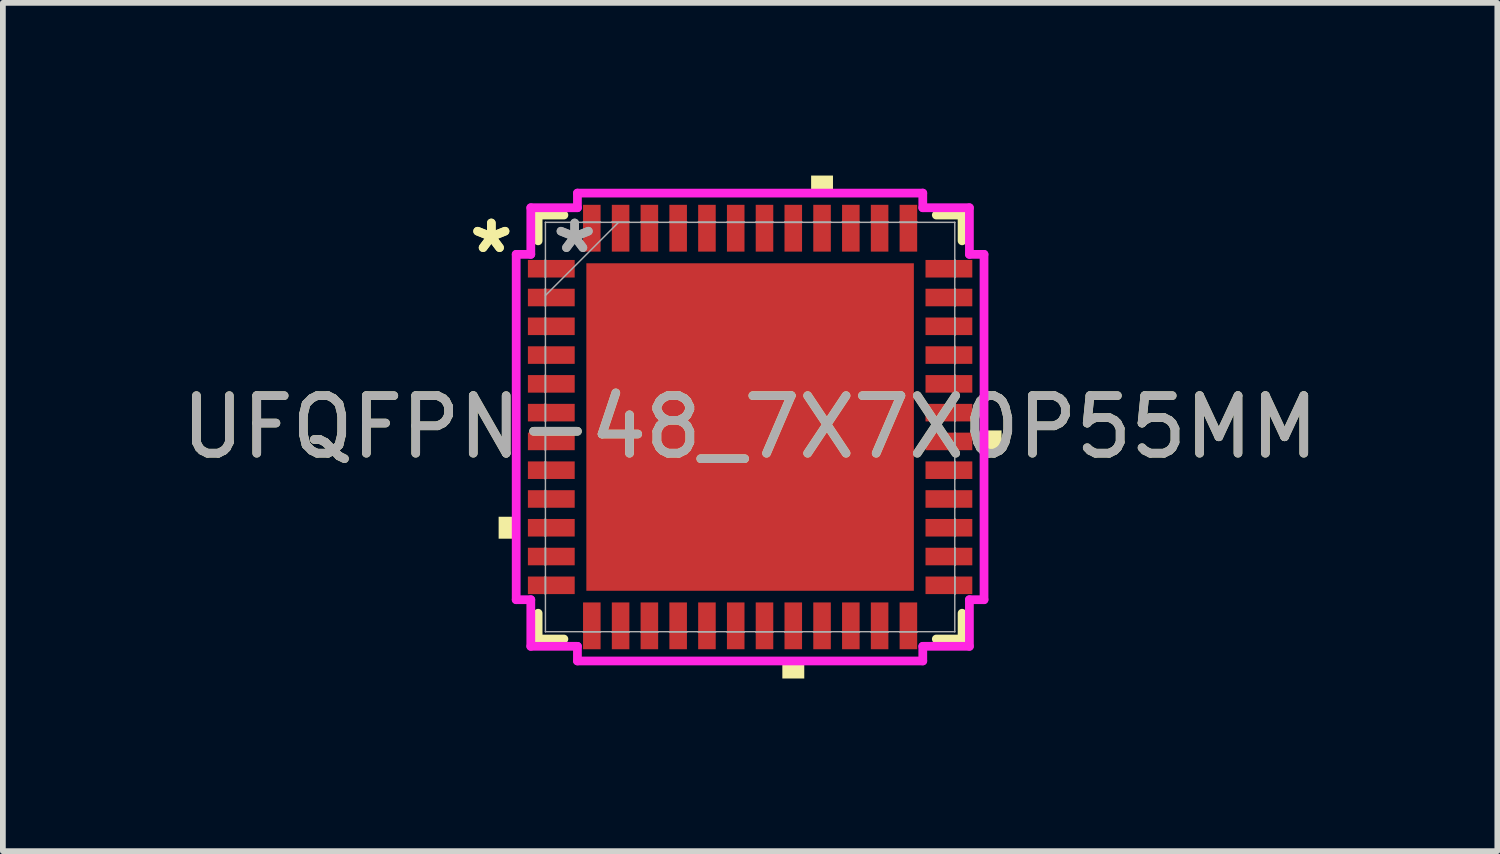
<source format=kicad_pcb>
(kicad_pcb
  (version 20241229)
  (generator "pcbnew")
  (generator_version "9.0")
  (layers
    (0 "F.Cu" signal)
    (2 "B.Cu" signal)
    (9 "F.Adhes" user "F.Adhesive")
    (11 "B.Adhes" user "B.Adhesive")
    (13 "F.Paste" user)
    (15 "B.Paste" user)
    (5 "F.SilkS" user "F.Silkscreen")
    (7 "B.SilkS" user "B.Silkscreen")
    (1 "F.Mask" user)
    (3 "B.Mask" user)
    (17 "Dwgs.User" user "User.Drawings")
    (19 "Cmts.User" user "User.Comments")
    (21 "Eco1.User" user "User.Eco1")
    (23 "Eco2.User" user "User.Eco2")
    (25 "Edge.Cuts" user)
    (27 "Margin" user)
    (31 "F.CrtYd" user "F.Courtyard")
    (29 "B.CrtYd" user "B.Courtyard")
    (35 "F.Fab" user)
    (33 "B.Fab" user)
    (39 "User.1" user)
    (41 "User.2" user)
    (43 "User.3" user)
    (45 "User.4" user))
  (footprint "UFQFPN-48_7X7X0P55MM"
    (layer "F.Cu")
    (at 9.982 4.369)
    (property "Reference" "UFQFPN-48_7X7X0P55MM" (at 0 0 0) (unlocked yes) (layer "F.SilkS") (effects (font (size 1 1) (thickness 0.15))))
    (attr smd)
    (fp_line (start -3.683 -3.683) (end -3.683 -3.235) (stroke (width 0.152) (type solid)) (layer "F.SilkS"))
    (fp_line (start -3.683 3.235) (end -3.683 3.683) (stroke (width 0.152) (type solid)) (layer "F.SilkS"))
    (fp_line (start -3.683 3.683) (end -3.235 3.683) (stroke (width 0.152) (type solid)) (layer "F.SilkS"))
    (fp_line (start -3.235 -3.683) (end -3.683 -3.683) (stroke (width 0.152) (type solid)) (layer "F.SilkS"))
    (fp_line (start 3.235 3.683) (end 3.683 3.683) (stroke (width 0.152) (type solid)) (layer "F.SilkS"))
    (fp_line (start 3.683 -3.683) (end 3.235 -3.683) (stroke (width 0.152) (type solid)) (layer "F.SilkS"))
    (fp_line (start 3.683 -3.235) (end 3.683 -3.683) (stroke (width 0.152) (type solid)) (layer "F.SilkS"))
    (fp_line (start 3.683 3.683) (end 3.683 3.235) (stroke (width 0.152) (type solid)) (layer "F.SilkS"))
    (fp_poly (pts (xy -4.369 1.559) (xy -4.369 1.94) (xy -4.115 1.94) (xy -4.115 1.559)) (stroke (width 0) (type solid)) (fill yes) (layer "F.SilkS"))
    (fp_poly (pts (xy 0.56 4.115) (xy 0.56 4.369) (xy 0.941 4.369) (xy 0.941 4.115)) (stroke (width 0) (type solid)) (fill yes) (layer "F.SilkS"))
    (fp_poly (pts (xy 1.06 -4.115) (xy 1.06 -4.369) (xy 1.44 -4.369) (xy 1.44 -4.115)) (stroke (width 0) (type solid)) (fill yes) (layer "F.SilkS"))
    (fp_poly (pts (xy 4.369 0.059) (xy 4.369 0.441) (xy 4.115 0.441) (xy 4.115 0.059)) (stroke (width 0) (type solid)) (fill yes) (layer "F.SilkS"))
    (fp_poly (pts (xy -2.745 -2.745) (xy -2.745 -1.522) (xy -1.522 -1.522) (xy -1.522 -2.745)) (stroke (width 0) (type solid)) (fill yes) (layer "F.Paste"))
    (fp_poly (pts (xy -2.745 -1.322) (xy -2.745 -0.1) (xy -1.522 -0.1) (xy -1.522 -1.322)) (stroke (width 0) (type solid)) (fill yes) (layer "F.Paste"))
    (fp_poly (pts (xy -2.745 0.1) (xy -2.745 1.322) (xy -1.522 1.322) (xy -1.522 0.1)) (stroke (width 0) (type solid)) (fill yes) (layer "F.Paste"))
    (fp_poly (pts (xy -2.745 1.522) (xy -2.745 2.745) (xy -1.522 2.745) (xy -1.522 1.522)) (stroke (width 0) (type solid)) (fill yes) (layer "F.Paste"))
    (fp_poly (pts (xy -1.322 -2.745) (xy -1.322 -1.522) (xy -0.1 -1.522) (xy -0.1 -2.745)) (stroke (width 0) (type solid)) (fill yes) (layer "F.Paste"))
    (fp_poly (pts (xy -1.322 -1.322) (xy -1.322 -0.1) (xy -0.1 -0.1) (xy -0.1 -1.322)) (stroke (width 0) (type solid)) (fill yes) (layer "F.Paste"))
    (fp_poly (pts (xy -1.322 0.1) (xy -1.322 1.322) (xy -0.1 1.322) (xy -0.1 0.1)) (stroke (width 0) (type solid)) (fill yes) (layer "F.Paste"))
    (fp_poly (pts (xy -1.322 1.522) (xy -1.322 2.745) (xy -0.1 2.745) (xy -0.1 1.522)) (stroke (width 0) (type solid)) (fill yes) (layer "F.Paste"))
    (fp_poly (pts (xy 0.1 -2.745) (xy 0.1 -1.522) (xy 1.322 -1.522) (xy 1.322 -2.745)) (stroke (width 0) (type solid)) (fill yes) (layer "F.Paste"))
    (fp_poly (pts (xy 0.1 -1.322) (xy 0.1 -0.1) (xy 1.322 -0.1) (xy 1.322 -1.322)) (stroke (width 0) (type solid)) (fill yes) (layer "F.Paste"))
    (fp_poly (pts (xy 0.1 0.1) (xy 0.1 1.322) (xy 1.322 1.322) (xy 1.322 0.1)) (stroke (width 0) (type solid)) (fill yes) (layer "F.Paste"))
    (fp_poly (pts (xy 0.1 1.522) (xy 0.1 2.745) (xy 1.322 2.745) (xy 1.322 1.522)) (stroke (width 0) (type solid)) (fill yes) (layer "F.Paste"))
    (fp_poly (pts (xy 1.522 -2.745) (xy 1.522 -1.522) (xy 2.745 -1.522) (xy 2.745 -2.745)) (stroke (width 0) (type solid)) (fill yes) (layer "F.Paste"))
    (fp_poly (pts (xy 1.522 -1.322) (xy 1.522 -0.1) (xy 2.745 -0.1) (xy 2.745 -1.322)) (stroke (width 0) (type solid)) (fill yes) (layer "F.Paste"))
    (fp_poly (pts (xy 1.522 0.1) (xy 1.522 1.322) (xy 2.745 1.322) (xy 2.745 0.1)) (stroke (width 0) (type solid)) (fill yes) (layer "F.Paste"))
    (fp_poly (pts (xy 1.522 1.522) (xy 1.522 2.745) (xy 2.745 2.745) (xy 2.745 1.522)) (stroke (width 0) (type solid)) (fill yes) (layer "F.Paste"))
    (fp_line (start -4.064 -3) (end -3.81 -3) (stroke (width 0.152) (type solid)) (layer "F.CrtYd"))
    (fp_line (start -4.064 3) (end -4.064 -3) (stroke (width 0.152) (type solid)) (layer "F.CrtYd"))
    (fp_line (start -3.81 -3.81) (end -3 -3.81) (stroke (width 0.152) (type solid)) (layer "F.CrtYd"))
    (fp_line (start -3.81 -3) (end -3.81 -3.81) (stroke (width 0.152) (type solid)) (layer "F.CrtYd"))
    (fp_line (start -3.81 3) (end -4.064 3) (stroke (width 0.152) (type solid)) (layer "F.CrtYd"))
    (fp_line (start -3.81 3.81) (end -3.81 3) (stroke (width 0.152) (type solid)) (layer "F.CrtYd"))
    (fp_line (start -3 -4.064) (end 3 -4.064) (stroke (width 0.152) (type solid)) (layer "F.CrtYd"))
    (fp_line (start -3 -3.81) (end -3 -4.064) (stroke (width 0.152) (type solid)) (layer "F.CrtYd"))
    (fp_line (start -3 3.81) (end -3.81 3.81) (stroke (width 0.152) (type solid)) (layer "F.CrtYd"))
    (fp_line (start -3 4.064) (end -3 3.81) (stroke (width 0.152) (type solid)) (layer "F.CrtYd"))
    (fp_line (start 3 -4.064) (end 3 -3.81) (stroke (width 0.152) (type solid)) (layer "F.CrtYd"))
    (fp_line (start 3 -3.81) (end 3.81 -3.81) (stroke (width 0.152) (type solid)) (layer "F.CrtYd"))
    (fp_line (start 3 3.81) (end 3 4.064) (stroke (width 0.152) (type solid)) (layer "F.CrtYd"))
    (fp_line (start 3 4.064) (end -3 4.064) (stroke (width 0.152) (type solid)) (layer "F.CrtYd"))
    (fp_line (start 3.81 -3.81) (end 3.81 -3) (stroke (width 0.152) (type solid)) (layer "F.CrtYd"))
    (fp_line (start 3.81 -3) (end 4.064 -3) (stroke (width 0.152) (type solid)) (layer "F.CrtYd"))
    (fp_line (start 3.81 3) (end 3.81 3.81) (stroke (width 0.152) (type solid)) (layer "F.CrtYd"))
    (fp_line (start 3.81 3.81) (end 3 3.81) (stroke (width 0.152) (type solid)) (layer "F.CrtYd"))
    (fp_line (start 4.064 -3) (end 4.064 3) (stroke (width 0.152) (type solid)) (layer "F.CrtYd"))
    (fp_line (start 4.064 3) (end 3.81 3) (stroke (width 0.152) (type solid)) (layer "F.CrtYd"))
    (fp_line (start -3.556 -3.556) (end -3.556 -3.556) (stroke (width 0.025) (type solid)) (layer "F.Fab"))
    (fp_line (start -3.556 -3.556) (end -3.556 3.556) (stroke (width 0.025) (type solid)) (layer "F.Fab"))
    (fp_line (start -3.556 -2.902) (end -3.556 -2.902) (stroke (width 0.025) (type solid)) (layer "F.Fab"))
    (fp_line (start -3.556 -2.902) (end -3.556 -2.598) (stroke (width 0.025) (type solid)) (layer "F.Fab"))
    (fp_line (start -3.556 -2.598) (end -3.556 -2.902) (stroke (width 0.025) (type solid)) (layer "F.Fab"))
    (fp_line (start -3.556 -2.598) (end -3.556 -2.598) (stroke (width 0.025) (type solid)) (layer "F.Fab"))
    (fp_line (start -3.556 -2.402) (end -3.556 -2.402) (stroke (width 0.025) (type solid)) (layer "F.Fab"))
    (fp_line (start -3.556 -2.402) (end -3.556 -2.098) (stroke (width 0.025) (type solid)) (layer "F.Fab"))
    (fp_line (start -3.556 -2.286) (end -2.286 -3.556) (stroke (width 0.025) (type solid)) (layer "F.Fab"))
    (fp_line (start -3.556 -2.098) (end -3.556 -2.402) (stroke (width 0.025) (type solid)) (layer "F.Fab"))
    (fp_line (start -3.556 -2.098) (end -3.556 -2.098) (stroke (width 0.025) (type solid)) (layer "F.Fab"))
    (fp_line (start -3.556 -1.902) (end -3.556 -1.902) (stroke (width 0.025) (type solid)) (layer "F.Fab"))
    (fp_line (start -3.556 -1.902) (end -3.556 -1.598) (stroke (width 0.025) (type solid)) (layer "F.Fab"))
    (fp_line (start -3.556 -1.598) (end -3.556 -1.902) (stroke (width 0.025) (type solid)) (layer "F.Fab"))
    (fp_line (start -3.556 -1.598) (end -3.556 -1.598) (stroke (width 0.025) (type solid)) (layer "F.Fab"))
    (fp_line (start -3.556 -1.402) (end -3.556 -1.402) (stroke (width 0.025) (type solid)) (layer "F.Fab"))
    (fp_line (start -3.556 -1.402) (end -3.556 -1.098) (stroke (width 0.025) (type solid)) (layer "F.Fab"))
    (fp_line (start -3.556 -1.098) (end -3.556 -1.402) (stroke (width 0.025) (type solid)) (layer "F.Fab"))
    (fp_line (start -3.556 -1.098) (end -3.556 -1.098) (stroke (width 0.025) (type solid)) (layer "F.Fab"))
    (fp_line (start -3.556 -0.902) (end -3.556 -0.902) (stroke (width 0.025) (type solid)) (layer "F.Fab"))
    (fp_line (start -3.556 -0.902) (end -3.556 -0.598) (stroke (width 0.025) (type solid)) (layer "F.Fab"))
    (fp_line (start -3.556 -0.598) (end -3.556 -0.902) (stroke (width 0.025) (type solid)) (layer "F.Fab"))
    (fp_line (start -3.556 -0.598) (end -3.556 -0.598) (stroke (width 0.025) (type solid)) (layer "F.Fab"))
    (fp_line (start -3.556 -0.402) (end -3.556 -0.402) (stroke (width 0.025) (type solid)) (layer "F.Fab"))
    (fp_line (start -3.556 -0.402) (end -3.556 -0.098) (stroke (width 0.025) (type solid)) (layer "F.Fab"))
    (fp_line (start -3.556 -0.098) (end -3.556 -0.402) (stroke (width 0.025) (type solid)) (layer "F.Fab"))
    (fp_line (start -3.556 -0.098) (end -3.556 -0.098) (stroke (width 0.025) (type solid)) (layer "F.Fab"))
    (fp_line (start -3.556 0.098) (end -3.556 0.098) (stroke (width 0.025) (type solid)) (layer "F.Fab"))
    (fp_line (start -3.556 0.098) (end -3.556 0.402) (stroke (width 0.025) (type solid)) (layer "F.Fab"))
    (fp_line (start -3.556 0.402) (end -3.556 0.098) (stroke (width 0.025) (type solid)) (layer "F.Fab"))
    (fp_line (start -3.556 0.402) (end -3.556 0.402) (stroke (width 0.025) (type solid)) (layer "F.Fab"))
    (fp_line (start -3.556 0.598) (end -3.556 0.598) (stroke (width 0.025) (type solid)) (layer "F.Fab"))
    (fp_line (start -3.556 0.598) (end -3.556 0.902) (stroke (width 0.025) (type solid)) (layer "F.Fab"))
    (fp_line (start -3.556 0.902) (end -3.556 0.598) (stroke (width 0.025) (type solid)) (layer "F.Fab"))
    (fp_line (start -3.556 0.902) (end -3.556 0.902) (stroke (width 0.025) (type solid)) (layer "F.Fab"))
    (fp_line (start -3.556 1.098) (end -3.556 1.098) (stroke (width 0.025) (type solid)) (layer "F.Fab"))
    (fp_line (start -3.556 1.098) (end -3.556 1.402) (stroke (width 0.025) (type solid)) (layer "F.Fab"))
    (fp_line (start -3.556 1.402) (end -3.556 1.098) (stroke (width 0.025) (type solid)) (layer "F.Fab"))
    (fp_line (start -3.556 1.402) (end -3.556 1.402) (stroke (width 0.025) (type solid)) (layer "F.Fab"))
    (fp_line (start -3.556 1.598) (end -3.556 1.598) (stroke (width 0.025) (type solid)) (layer "F.Fab"))
    (fp_line (start -3.556 1.598) (end -3.556 1.902) (stroke (width 0.025) (type solid)) (layer "F.Fab"))
    (fp_line (start -3.556 1.902) (end -3.556 1.598) (stroke (width 0.025) (type solid)) (layer "F.Fab"))
    (fp_line (start -3.556 1.902) (end -3.556 1.902) (stroke (width 0.025) (type solid)) (layer "F.Fab"))
    (fp_line (start -3.556 2.098) (end -3.556 2.098) (stroke (width 0.025) (type solid)) (layer "F.Fab"))
    (fp_line (start -3.556 2.098) (end -3.556 2.402) (stroke (width 0.025) (type solid)) (layer "F.Fab"))
    (fp_line (start -3.556 2.402) (end -3.556 2.098) (stroke (width 0.025) (type solid)) (layer "F.Fab"))
    (fp_line (start -3.556 2.402) (end -3.556 2.402) (stroke (width 0.025) (type solid)) (layer "F.Fab"))
    (fp_line (start -3.556 2.598) (end -3.556 2.598) (stroke (width 0.025) (type solid)) (layer "F.Fab"))
    (fp_line (start -3.556 2.598) (end -3.556 2.902) (stroke (width 0.025) (type solid)) (layer "F.Fab"))
    (fp_line (start -3.556 2.902) (end -3.556 2.598) (stroke (width 0.025) (type solid)) (layer "F.Fab"))
    (fp_line (start -3.556 2.902) (end -3.556 2.902) (stroke (width 0.025) (type solid)) (layer "F.Fab"))
    (fp_line (start -3.556 3.556) (end -3.556 3.556) (stroke (width 0.025) (type solid)) (layer "F.Fab"))
    (fp_line (start -3.556 3.556) (end 3.556 3.556) (stroke (width 0.025) (type solid)) (layer "F.Fab"))
    (fp_line (start -2.902 -3.556) (end -2.902 -3.556) (stroke (width 0.025) (type solid)) (layer "F.Fab"))
    (fp_line (start -2.902 -3.556) (end -2.598 -3.556) (stroke (width 0.025) (type solid)) (layer "F.Fab"))
    (fp_line (start -2.902 3.556) (end -2.902 3.556) (stroke (width 0.025) (type solid)) (layer "F.Fab"))
    (fp_line (start -2.902 3.556) (end -2.598 3.556) (stroke (width 0.025) (type solid)) (layer "F.Fab"))
    (fp_line (start -2.598 -3.556) (end -2.902 -3.556) (stroke (width 0.025) (type solid)) (layer "F.Fab"))
    (fp_line (start -2.598 -3.556) (end -2.598 -3.556) (stroke (width 0.025) (type solid)) (layer "F.Fab"))
    (fp_line (start -2.598 3.556) (end -2.902 3.556) (stroke (width 0.025) (type solid)) (layer "F.Fab"))
    (fp_line (start -2.598 3.556) (end -2.598 3.556) (stroke (width 0.025) (type solid)) (layer "F.Fab"))
    (fp_line (start -2.402 -3.556) (end -2.402 -3.556) (stroke (width 0.025) (type solid)) (layer "F.Fab"))
    (fp_line (start -2.402 -3.556) (end -2.098 -3.556) (stroke (width 0.025) (type solid)) (layer "F.Fab"))
    (fp_line (start -2.402 3.556) (end -2.402 3.556) (stroke (width 0.025) (type solid)) (layer "F.Fab"))
    (fp_line (start -2.402 3.556) (end -2.098 3.556) (stroke (width 0.025) (type solid)) (layer "F.Fab"))
    (fp_line (start -2.098 -3.556) (end -2.402 -3.556) (stroke (width 0.025) (type solid)) (layer "F.Fab"))
    (fp_line (start -2.098 -3.556) (end -2.098 -3.556) (stroke (width 0.025) (type solid)) (layer "F.Fab"))
    (fp_line (start -2.098 3.556) (end -2.402 3.556) (stroke (width 0.025) (type solid)) (layer "F.Fab"))
    (fp_line (start -2.098 3.556) (end -2.098 3.556) (stroke (width 0.025) (type solid)) (layer "F.Fab"))
    (fp_line (start -1.902 -3.556) (end -1.902 -3.556) (stroke (width 0.025) (type solid)) (layer "F.Fab"))
    (fp_line (start -1.902 -3.556) (end -1.598 -3.556) (stroke (width 0.025) (type solid)) (layer "F.Fab"))
    (fp_line (start -1.902 3.556) (end -1.902 3.556) (stroke (width 0.025) (type solid)) (layer "F.Fab"))
    (fp_line (start -1.902 3.556) (end -1.598 3.556) (stroke (width 0.025) (type solid)) (layer "F.Fab"))
    (fp_line (start -1.598 -3.556) (end -1.902 -3.556) (stroke (width 0.025) (type solid)) (layer "F.Fab"))
    (fp_line (start -1.598 -3.556) (end -1.598 -3.556) (stroke (width 0.025) (type solid)) (layer "F.Fab"))
    (fp_line (start -1.598 3.556) (end -1.902 3.556) (stroke (width 0.025) (type solid)) (layer "F.Fab"))
    (fp_line (start -1.598 3.556) (end -1.598 3.556) (stroke (width 0.025) (type solid)) (layer "F.Fab"))
    (fp_line (start -1.402 -3.556) (end -1.402 -3.556) (stroke (width 0.025) (type solid)) (layer "F.Fab"))
    (fp_line (start -1.402 -3.556) (end -1.098 -3.556) (stroke (width 0.025) (type solid)) (layer "F.Fab"))
    (fp_line (start -1.402 3.556) (end -1.402 3.556) (stroke (width 0.025) (type solid)) (layer "F.Fab"))
    (fp_line (start -1.402 3.556) (end -1.098 3.556) (stroke (width 0.025) (type solid)) (layer "F.Fab"))
    (fp_line (start -1.098 -3.556) (end -1.402 -3.556) (stroke (width 0.025) (type solid)) (layer "F.Fab"))
    (fp_line (start -1.098 -3.556) (end -1.098 -3.556) (stroke (width 0.025) (type solid)) (layer "F.Fab"))
    (fp_line (start -1.098 3.556) (end -1.402 3.556) (stroke (width 0.025) (type solid)) (layer "F.Fab"))
    (fp_line (start -1.098 3.556) (end -1.098 3.556) (stroke (width 0.025) (type solid)) (layer "F.Fab"))
    (fp_line (start -0.902 -3.556) (end -0.902 -3.556) (stroke (width 0.025) (type solid)) (layer "F.Fab"))
    (fp_line (start -0.902 -3.556) (end -0.598 -3.556) (stroke (width 0.025) (type solid)) (layer "F.Fab"))
    (fp_line (start -0.902 3.556) (end -0.902 3.556) (stroke (width 0.025) (type solid)) (layer "F.Fab"))
    (fp_line (start -0.902 3.556) (end -0.598 3.556) (stroke (width 0.025) (type solid)) (layer "F.Fab"))
    (fp_line (start -0.598 -3.556) (end -0.902 -3.556) (stroke (width 0.025) (type solid)) (layer "F.Fab"))
    (fp_line (start -0.598 -3.556) (end -0.598 -3.556) (stroke (width 0.025) (type solid)) (layer "F.Fab"))
    (fp_line (start -0.598 3.556) (end -0.902 3.556) (stroke (width 0.025) (type solid)) (layer "F.Fab"))
    (fp_line (start -0.598 3.556) (end -0.598 3.556) (stroke (width 0.025) (type solid)) (layer "F.Fab"))
    (fp_line (start -0.402 -3.556) (end -0.402 -3.556) (stroke (width 0.025) (type solid)) (layer "F.Fab"))
    (fp_line (start -0.402 -3.556) (end -0.098 -3.556) (stroke (width 0.025) (type solid)) (layer "F.Fab"))
    (fp_line (start -0.402 3.556) (end -0.402 3.556) (stroke (width 0.025) (type solid)) (layer "F.Fab"))
    (fp_line (start -0.402 3.556) (end -0.098 3.556) (stroke (width 0.025) (type solid)) (layer "F.Fab"))
    (fp_line (start -0.098 -3.556) (end -0.402 -3.556) (stroke (width 0.025) (type solid)) (layer "F.Fab"))
    (fp_line (start -0.098 -3.556) (end -0.098 -3.556) (stroke (width 0.025) (type solid)) (layer "F.Fab"))
    (fp_line (start -0.098 3.556) (end -0.402 3.556) (stroke (width 0.025) (type solid)) (layer "F.Fab"))
    (fp_line (start -0.098 3.556) (end -0.098 3.556) (stroke (width 0.025) (type solid)) (layer "F.Fab"))
    (fp_line (start 0.098 -3.556) (end 0.098 -3.556) (stroke (width 0.025) (type solid)) (layer "F.Fab"))
    (fp_line (start 0.098 -3.556) (end 0.402 -3.556) (stroke (width 0.025) (type solid)) (layer "F.Fab"))
    (fp_line (start 0.098 3.556) (end 0.098 3.556) (stroke (width 0.025) (type solid)) (layer "F.Fab"))
    (fp_line (start 0.098 3.556) (end 0.402 3.556) (stroke (width 0.025) (type solid)) (layer "F.Fab"))
    (fp_line (start 0.402 -3.556) (end 0.098 -3.556) (stroke (width 0.025) (type solid)) (layer "F.Fab"))
    (fp_line (start 0.402 -3.556) (end 0.402 -3.556) (stroke (width 0.025) (type solid)) (layer "F.Fab"))
    (fp_line (start 0.402 3.556) (end 0.098 3.556) (stroke (width 0.025) (type solid)) (layer "F.Fab"))
    (fp_line (start 0.402 3.556) (end 0.402 3.556) (stroke (width 0.025) (type solid)) (layer "F.Fab"))
    (fp_line (start 0.598 -3.556) (end 0.598 -3.556) (stroke (width 0.025) (type solid)) (layer "F.Fab"))
    (fp_line (start 0.598 -3.556) (end 0.902 -3.556) (stroke (width 0.025) (type solid)) (layer "F.Fab"))
    (fp_line (start 0.598 3.556) (end 0.598 3.556) (stroke (width 0.025) (type solid)) (layer "F.Fab"))
    (fp_line (start 0.598 3.556) (end 0.902 3.556) (stroke (width 0.025) (type solid)) (layer "F.Fab"))
    (fp_line (start 0.902 -3.556) (end 0.598 -3.556) (stroke (width 0.025) (type solid)) (layer "F.Fab"))
    (fp_line (start 0.902 -3.556) (end 0.902 -3.556) (stroke (width 0.025) (type solid)) (layer "F.Fab"))
    (fp_line (start 0.902 3.556) (end 0.598 3.556) (stroke (width 0.025) (type solid)) (layer "F.Fab"))
    (fp_line (start 0.902 3.556) (end 0.902 3.556) (stroke (width 0.025) (type solid)) (layer "F.Fab"))
    (fp_line (start 1.098 -3.556) (end 1.098 -3.556) (stroke (width 0.025) (type solid)) (layer "F.Fab"))
    (fp_line (start 1.098 -3.556) (end 1.402 -3.556) (stroke (width 0.025) (type solid)) (layer "F.Fab"))
    (fp_line (start 1.098 3.556) (end 1.098 3.556) (stroke (width 0.025) (type solid)) (layer "F.Fab"))
    (fp_line (start 1.098 3.556) (end 1.402 3.556) (stroke (width 0.025) (type solid)) (layer "F.Fab"))
    (fp_line (start 1.402 -3.556) (end 1.098 -3.556) (stroke (width 0.025) (type solid)) (layer "F.Fab"))
    (fp_line (start 1.402 -3.556) (end 1.402 -3.556) (stroke (width 0.025) (type solid)) (layer "F.Fab"))
    (fp_line (start 1.402 3.556) (end 1.098 3.556) (stroke (width 0.025) (type solid)) (layer "F.Fab"))
    (fp_line (start 1.402 3.556) (end 1.402 3.556) (stroke (width 0.025) (type solid)) (layer "F.Fab"))
    (fp_line (start 1.598 -3.556) (end 1.598 -3.556) (stroke (width 0.025) (type solid)) (layer "F.Fab"))
    (fp_line (start 1.598 -3.556) (end 1.902 -3.556) (stroke (width 0.025) (type solid)) (layer "F.Fab"))
    (fp_line (start 1.598 3.556) (end 1.598 3.556) (stroke (width 0.025) (type solid)) (layer "F.Fab"))
    (fp_line (start 1.598 3.556) (end 1.902 3.556) (stroke (width 0.025) (type solid)) (layer "F.Fab"))
    (fp_line (start 1.902 -3.556) (end 1.598 -3.556) (stroke (width 0.025) (type solid)) (layer "F.Fab"))
    (fp_line (start 1.902 -3.556) (end 1.902 -3.556) (stroke (width 0.025) (type solid)) (layer "F.Fab"))
    (fp_line (start 1.902 3.556) (end 1.598 3.556) (stroke (width 0.025) (type solid)) (layer "F.Fab"))
    (fp_line (start 1.902 3.556) (end 1.902 3.556) (stroke (width 0.025) (type solid)) (layer "F.Fab"))
    (fp_line (start 2.098 -3.556) (end 2.098 -3.556) (stroke (width 0.025) (type solid)) (layer "F.Fab"))
    (fp_line (start 2.098 -3.556) (end 2.402 -3.556) (stroke (width 0.025) (type solid)) (layer "F.Fab"))
    (fp_line (start 2.098 3.556) (end 2.098 3.556) (stroke (width 0.025) (type solid)) (layer "F.Fab"))
    (fp_line (start 2.098 3.556) (end 2.402 3.556) (stroke (width 0.025) (type solid)) (layer "F.Fab"))
    (fp_line (start 2.402 -3.556) (end 2.098 -3.556) (stroke (width 0.025) (type solid)) (layer "F.Fab"))
    (fp_line (start 2.402 -3.556) (end 2.402 -3.556) (stroke (width 0.025) (type solid)) (layer "F.Fab"))
    (fp_line (start 2.402 3.556) (end 2.098 3.556) (stroke (width 0.025) (type solid)) (layer "F.Fab"))
    (fp_line (start 2.402 3.556) (end 2.402 3.556) (stroke (width 0.025) (type solid)) (layer "F.Fab"))
    (fp_line (start 2.598 -3.556) (end 2.598 -3.556) (stroke (width 0.025) (type solid)) (layer "F.Fab"))
    (fp_line (start 2.598 -3.556) (end 2.902 -3.556) (stroke (width 0.025) (type solid)) (layer "F.Fab"))
    (fp_line (start 2.598 3.556) (end 2.598 3.556) (stroke (width 0.025) (type solid)) (layer "F.Fab"))
    (fp_line (start 2.598 3.556) (end 2.902 3.556) (stroke (width 0.025) (type solid)) (layer "F.Fab"))
    (fp_line (start 2.902 -3.556) (end 2.598 -3.556) (stroke (width 0.025) (type solid)) (layer "F.Fab"))
    (fp_line (start 2.902 -3.556) (end 2.902 -3.556) (stroke (width 0.025) (type solid)) (layer "F.Fab"))
    (fp_line (start 2.902 3.556) (end 2.598 3.556) (stroke (width 0.025) (type solid)) (layer "F.Fab"))
    (fp_line (start 2.902 3.556) (end 2.902 3.556) (stroke (width 0.025) (type solid)) (layer "F.Fab"))
    (fp_line (start 3.556 -3.556) (end -3.556 -3.556) (stroke (width 0.025) (type solid)) (layer "F.Fab"))
    (fp_line (start 3.556 -3.556) (end 3.556 -3.556) (stroke (width 0.025) (type solid)) (layer "F.Fab"))
    (fp_line (start 3.556 -2.902) (end 3.556 -2.902) (stroke (width 0.025) (type solid)) (layer "F.Fab"))
    (fp_line (start 3.556 -2.902) (end 3.556 -2.598) (stroke (width 0.025) (type solid)) (layer "F.Fab"))
    (fp_line (start 3.556 -2.598) (end 3.556 -2.902) (stroke (width 0.025) (type solid)) (layer "F.Fab"))
    (fp_line (start 3.556 -2.598) (end 3.556 -2.598) (stroke (width 0.025) (type solid)) (layer "F.Fab"))
    (fp_line (start 3.556 -2.402) (end 3.556 -2.402) (stroke (width 0.025) (type solid)) (layer "F.Fab"))
    (fp_line (start 3.556 -2.402) (end 3.556 -2.098) (stroke (width 0.025) (type solid)) (layer "F.Fab"))
    (fp_line (start 3.556 -2.098) (end 3.556 -2.402) (stroke (width 0.025) (type solid)) (layer "F.Fab"))
    (fp_line (start 3.556 -2.098) (end 3.556 -2.098) (stroke (width 0.025) (type solid)) (layer "F.Fab"))
    (fp_line (start 3.556 -1.902) (end 3.556 -1.902) (stroke (width 0.025) (type solid)) (layer "F.Fab"))
    (fp_line (start 3.556 -1.902) (end 3.556 -1.598) (stroke (width 0.025) (type solid)) (layer "F.Fab"))
    (fp_line (start 3.556 -1.598) (end 3.556 -1.902) (stroke (width 0.025) (type solid)) (layer "F.Fab"))
    (fp_line (start 3.556 -1.598) (end 3.556 -1.598) (stroke (width 0.025) (type solid)) (layer "F.Fab"))
    (fp_line (start 3.556 -1.402) (end 3.556 -1.402) (stroke (width 0.025) (type solid)) (layer "F.Fab"))
    (fp_line (start 3.556 -1.402) (end 3.556 -1.098) (stroke (width 0.025) (type solid)) (layer "F.Fab"))
    (fp_line (start 3.556 -1.098) (end 3.556 -1.402) (stroke (width 0.025) (type solid)) (layer "F.Fab"))
    (fp_line (start 3.556 -1.098) (end 3.556 -1.098) (stroke (width 0.025) (type solid)) (layer "F.Fab"))
    (fp_line (start 3.556 -0.902) (end 3.556 -0.902) (stroke (width 0.025) (type solid)) (layer "F.Fab"))
    (fp_line (start 3.556 -0.902) (end 3.556 -0.598) (stroke (width 0.025) (type solid)) (layer "F.Fab"))
    (fp_line (start 3.556 -0.598) (end 3.556 -0.902) (stroke (width 0.025) (type solid)) (layer "F.Fab"))
    (fp_line (start 3.556 -0.598) (end 3.556 -0.598) (stroke (width 0.025) (type solid)) (layer "F.Fab"))
    (fp_line (start 3.556 -0.402) (end 3.556 -0.402) (stroke (width 0.025) (type solid)) (layer "F.Fab"))
    (fp_line (start 3.556 -0.402) (end 3.556 -0.098) (stroke (width 0.025) (type solid)) (layer "F.Fab"))
    (fp_line (start 3.556 -0.098) (end 3.556 -0.402) (stroke (width 0.025) (type solid)) (layer "F.Fab"))
    (fp_line (start 3.556 -0.098) (end 3.556 -0.098) (stroke (width 0.025) (type solid)) (layer "F.Fab"))
    (fp_line (start 3.556 0.098) (end 3.556 0.098) (stroke (width 0.025) (type solid)) (layer "F.Fab"))
    (fp_line (start 3.556 0.098) (end 3.556 0.402) (stroke (width 0.025) (type solid)) (layer "F.Fab"))
    (fp_line (start 3.556 0.402) (end 3.556 0.098) (stroke (width 0.025) (type solid)) (layer "F.Fab"))
    (fp_line (start 3.556 0.402) (end 3.556 0.402) (stroke (width 0.025) (type solid)) (layer "F.Fab"))
    (fp_line (start 3.556 0.598) (end 3.556 0.598) (stroke (width 0.025) (type solid)) (layer "F.Fab"))
    (fp_line (start 3.556 0.598) (end 3.556 0.902) (stroke (width 0.025) (type solid)) (layer "F.Fab"))
    (fp_line (start 3.556 0.902) (end 3.556 0.598) (stroke (width 0.025) (type solid)) (layer "F.Fab"))
    (fp_line (start 3.556 0.902) (end 3.556 0.902) (stroke (width 0.025) (type solid)) (layer "F.Fab"))
    (fp_line (start 3.556 1.098) (end 3.556 1.098) (stroke (width 0.025) (type solid)) (layer "F.Fab"))
    (fp_line (start 3.556 1.098) (end 3.556 1.402) (stroke (width 0.025) (type solid)) (layer "F.Fab"))
    (fp_line (start 3.556 1.402) (end 3.556 1.098) (stroke (width 0.025) (type solid)) (layer "F.Fab"))
    (fp_line (start 3.556 1.402) (end 3.556 1.402) (stroke (width 0.025) (type solid)) (layer "F.Fab"))
    (fp_line (start 3.556 1.598) (end 3.556 1.598) (stroke (width 0.025) (type solid)) (layer "F.Fab"))
    (fp_line (start 3.556 1.598) (end 3.556 1.902) (stroke (width 0.025) (type solid)) (layer "F.Fab"))
    (fp_line (start 3.556 1.902) (end 3.556 1.598) (stroke (width 0.025) (type solid)) (layer "F.Fab"))
    (fp_line (start 3.556 1.902) (end 3.556 1.902) (stroke (width 0.025) (type solid)) (layer "F.Fab"))
    (fp_line (start 3.556 2.098) (end 3.556 2.098) (stroke (width 0.025) (type solid)) (layer "F.Fab"))
    (fp_line (start 3.556 2.098) (end 3.556 2.402) (stroke (width 0.025) (type solid)) (layer "F.Fab"))
    (fp_line (start 3.556 2.402) (end 3.556 2.098) (stroke (width 0.025) (type solid)) (layer "F.Fab"))
    (fp_line (start 3.556 2.402) (end 3.556 2.402) (stroke (width 0.025) (type solid)) (layer "F.Fab"))
    (fp_line (start 3.556 2.598) (end 3.556 2.598) (stroke (width 0.025) (type solid)) (layer "F.Fab"))
    (fp_line (start 3.556 2.598) (end 3.556 2.902) (stroke (width 0.025) (type solid)) (layer "F.Fab"))
    (fp_line (start 3.556 2.902) (end 3.556 2.598) (stroke (width 0.025) (type solid)) (layer "F.Fab"))
    (fp_line (start 3.556 2.902) (end 3.556 2.902) (stroke (width 0.025) (type solid)) (layer "F.Fab"))
    (fp_line (start 3.556 3.556) (end 3.556 -3.556) (stroke (width 0.025) (type solid)) (layer "F.Fab"))
    (fp_line (start 3.556 3.556) (end 3.556 3.556) (stroke (width 0.025) (type solid)) (layer "F.Fab"))
    (fp_text user "*" (at -4.496 -3 0) (layer "F.SilkS") (effects (font (size 1 1) (thickness 0.15))))
    (fp_text user "*" (at -4.496 -3 0) (unlocked yes) (layer "F.SilkS") (effects (font (size 1 1) (thickness 0.15))))
    (fp_text user "*" (at -3.048 -3 0) (layer "F.Fab") (effects (font (size 1 1) (thickness 0.15))))
    (fp_text user "*" (at -3.048 -3 0) (unlocked yes) (layer "F.Fab") (effects (font (size 1 1) (thickness 0.15))))
    (fp_text user "${REFERENCE}" (at 0 0 0) (unlocked yes) (layer "F.Fab") (effects (font (size 1 1) (thickness 0.15))))
    (pad "1" smd rect (at -3.454 -2.75 90) (size 0.305 0.813) (layers "F.Cu" "F.Mask" "F.Paste"))
    (pad "2" smd rect (at -3.454 -2.25 90) (size 0.305 0.813) (layers "F.Cu" "F.Mask" "F.Paste"))
    (pad "3" smd rect (at -3.454 -1.75 90) (size 0.305 0.813) (layers "F.Cu" "F.Mask" "F.Paste"))
    (pad "4" smd rect (at -3.454 -1.25 90) (size 0.305 0.813) (layers "F.Cu" "F.Mask" "F.Paste"))
    (pad "5" smd rect (at -3.454 -0.75 90) (size 0.305 0.813) (layers "F.Cu" "F.Mask" "F.Paste"))
    (pad "6" smd rect (at -3.454 -0.25 90) (size 0.305 0.813) (layers "F.Cu" "F.Mask" "F.Paste"))
    (pad "7" smd rect (at -3.454 0.25 90) (size 0.305 0.813) (layers "F.Cu" "F.Mask" "F.Paste"))
    (pad "8" smd rect (at -3.454 0.75 90) (size 0.305 0.813) (layers "F.Cu" "F.Mask" "F.Paste"))
    (pad "9" smd rect (at -3.454 1.25 90) (size 0.305 0.813) (layers "F.Cu" "F.Mask" "F.Paste"))
    (pad "10" smd rect (at -3.454 1.75 90) (size 0.305 0.813) (layers "F.Cu" "F.Mask" "F.Paste"))
    (pad "11" smd rect (at -3.454 2.25 90) (size 0.305 0.813) (layers "F.Cu" "F.Mask" "F.Paste"))
    (pad "12" smd rect (at -3.454 2.75 90) (size 0.305 0.813) (layers "F.Cu" "F.Mask" "F.Paste"))
    (pad "13" smd rect (at -2.75 3.454) (size 0.305 0.813) (layers "F.Cu" "F.Mask" "F.Paste"))
    (pad "14" smd rect (at -2.25 3.454) (size 0.305 0.813) (layers "F.Cu" "F.Mask" "F.Paste"))
    (pad "15" smd rect (at -1.75 3.454) (size 0.305 0.813) (layers "F.Cu" "F.Mask" "F.Paste"))
    (pad "16" smd rect (at -1.25 3.454) (size 0.305 0.813) (layers "F.Cu" "F.Mask" "F.Paste"))
    (pad "17" smd rect (at -0.75 3.454) (size 0.305 0.813) (layers "F.Cu" "F.Mask" "F.Paste"))
    (pad "18" smd rect (at -0.25 3.454) (size 0.305 0.813) (layers "F.Cu" "F.Mask" "F.Paste"))
    (pad "19" smd rect (at 0.25 3.454) (size 0.305 0.813) (layers "F.Cu" "F.Mask" "F.Paste"))
    (pad "20" smd rect (at 0.75 3.454) (size 0.305 0.813) (layers "F.Cu" "F.Mask" "F.Paste"))
    (pad "21" smd rect (at 1.25 3.454) (size 0.305 0.813) (layers "F.Cu" "F.Mask" "F.Paste"))
    (pad "22" smd rect (at 1.75 3.454) (size 0.305 0.813) (layers "F.Cu" "F.Mask" "F.Paste"))
    (pad "23" smd rect (at 2.25 3.454) (size 0.305 0.813) (layers "F.Cu" "F.Mask" "F.Paste"))
    (pad "24" smd rect (at 2.75 3.454) (size 0.305 0.813) (layers "F.Cu" "F.Mask" "F.Paste"))
    (pad "25" smd rect (at 3.454 2.75 90) (size 0.305 0.813) (layers "F.Cu" "F.Mask" "F.Paste"))
    (pad "26" smd rect (at 3.454 2.25 90) (size 0.305 0.813) (layers "F.Cu" "F.Mask" "F.Paste"))
    (pad "27" smd rect (at 3.454 1.75 90) (size 0.305 0.813) (layers "F.Cu" "F.Mask" "F.Paste"))
    (pad "28" smd rect (at 3.454 1.25 90) (size 0.305 0.813) (layers "F.Cu" "F.Mask" "F.Paste"))
    (pad "29" smd rect (at 3.454 0.75 90) (size 0.305 0.813) (layers "F.Cu" "F.Mask" "F.Paste"))
    (pad "30" smd rect (at 3.454 0.25 90) (size 0.305 0.813) (layers "F.Cu" "F.Mask" "F.Paste"))
    (pad "31" smd rect (at 3.454 -0.25 90) (size 0.305 0.813) (layers "F.Cu" "F.Mask" "F.Paste"))
    (pad "32" smd rect (at 3.454 -0.75 90) (size 0.305 0.813) (layers "F.Cu" "F.Mask" "F.Paste"))
    (pad "33" smd rect (at 3.454 -1.25 90) (size 0.305 0.813) (layers "F.Cu" "F.Mask" "F.Paste"))
    (pad "34" smd rect (at 3.454 -1.75 90) (size 0.305 0.813) (layers "F.Cu" "F.Mask" "F.Paste"))
    (pad "35" smd rect (at 3.454 -2.25 90) (size 0.305 0.813) (layers "F.Cu" "F.Mask" "F.Paste"))
    (pad "36" smd rect (at 3.454 -2.75 90) (size 0.305 0.813) (layers "F.Cu" "F.Mask" "F.Paste"))
    (pad "37" smd rect (at 2.75 -3.454) (size 0.305 0.813) (layers "F.Cu" "F.Mask" "F.Paste"))
    (pad "38" smd rect (at 2.25 -3.454) (size 0.305 0.813) (layers "F.Cu" "F.Mask" "F.Paste"))
    (pad "39" smd rect (at 1.75 -3.454) (size 0.305 0.813) (layers "F.Cu" "F.Mask" "F.Paste"))
    (pad "40" smd rect (at 1.25 -3.454) (size 0.305 0.813) (layers "F.Cu" "F.Mask" "F.Paste"))
    (pad "41" smd rect (at 0.75 -3.454) (size 0.305 0.813) (layers "F.Cu" "F.Mask" "F.Paste"))
    (pad "42" smd rect (at 0.25 -3.454) (size 0.305 0.813) (layers "F.Cu" "F.Mask" "F.Paste"))
    (pad "43" smd rect (at -0.25 -3.454) (size 0.305 0.813) (layers "F.Cu" "F.Mask" "F.Paste"))
    (pad "44" smd rect (at -0.75 -3.454) (size 0.305 0.813) (layers "F.Cu" "F.Mask" "F.Paste"))
    (pad "45" smd rect (at -1.25 -3.454) (size 0.305 0.813) (layers "F.Cu" "F.Mask" "F.Paste"))
    (pad "46" smd rect (at -1.75 -3.454) (size 0.305 0.813) (layers "F.Cu" "F.Mask" "F.Paste"))
    (pad "47" smd rect (at -2.25 -3.454) (size 0.305 0.813) (layers "F.Cu" "F.Mask" "F.Paste"))
    (pad "48" smd rect (at -2.75 -3.454) (size 0.305 0.813) (layers "F.Cu" "F.Mask" "F.Paste"))
    (pad "49" smd rect (at 0 0) (size 5.69 5.69) (layers "F.Cu" "F.Mask" "F.Paste")))
  (gr_rect
    (start -3 -3)
    (end 22.964 11.738)
    (stroke (width 0.1) (type default))
    (fill no)
    (layer "Edge.Cuts")))
</source>
